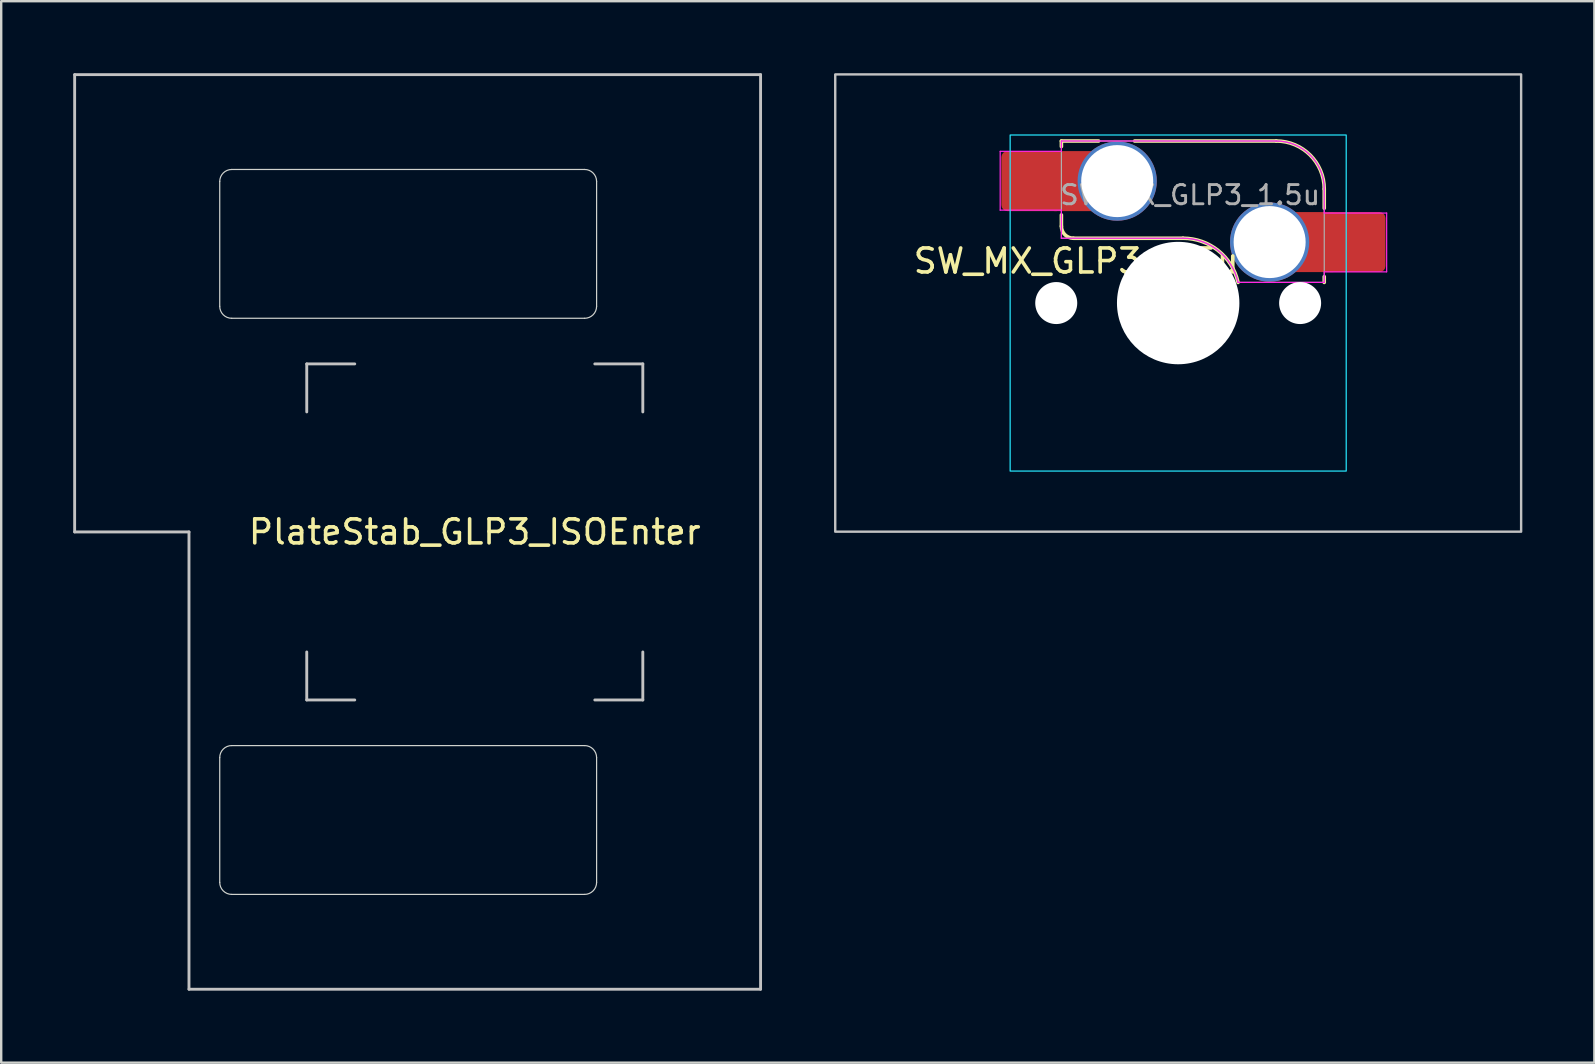
<source format=kicad_pcb>
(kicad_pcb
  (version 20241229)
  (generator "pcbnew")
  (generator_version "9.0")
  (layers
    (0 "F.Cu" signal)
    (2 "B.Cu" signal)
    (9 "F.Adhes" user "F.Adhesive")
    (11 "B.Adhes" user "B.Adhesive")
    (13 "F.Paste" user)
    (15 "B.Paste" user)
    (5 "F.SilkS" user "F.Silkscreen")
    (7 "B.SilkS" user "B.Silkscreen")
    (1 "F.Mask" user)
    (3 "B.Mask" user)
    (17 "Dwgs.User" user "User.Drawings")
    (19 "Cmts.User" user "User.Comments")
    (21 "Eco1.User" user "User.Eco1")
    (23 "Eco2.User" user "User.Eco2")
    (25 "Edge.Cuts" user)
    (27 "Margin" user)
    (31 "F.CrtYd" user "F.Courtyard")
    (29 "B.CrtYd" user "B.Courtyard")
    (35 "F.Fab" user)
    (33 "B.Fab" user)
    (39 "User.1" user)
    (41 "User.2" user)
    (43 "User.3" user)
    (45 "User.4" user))
  (footprint "SW_MX_GLP3_1.5u"
    (layer "F.Cu")
    (at 46.032 9.575)
    (property "Reference" "SW_MX_GLP3_1.5u" (at -4.25 -1.75 0) (layer "F.SilkS") (effects (font (size 1 1) (thickness 0.15))))
    (attr smd)
    (fp_line (start -4.865 -6.75) (end -4.865 -6.52) (stroke (width 0.15) (type solid)) (layer "F.SilkS"))
    (fp_line (start -4.865 -3.67) (end -4.865 -3.2) (stroke (width 0.15) (type solid)) (layer "F.SilkS"))
    (fp_line (start -4.365 -2.7) (end 0.2 -2.7) (stroke (width 0.15) (type solid)) (layer "F.SilkS"))
    (fp_line (start -3.315 -6.75) (end -4.865 -6.75) (stroke (width 0.15) (type solid)) (layer "F.SilkS"))
    (fp_line (start 4.085 -6.75) (end -1.815 -6.75) (stroke (width 0.15) (type solid)) (layer "F.SilkS"))
    (fp_line (start 6.085 -3.95) (end 6.085 -4.75) (stroke (width 0.15) (type solid)) (layer "F.SilkS"))
    (fp_line (start 6.085 -1.1) (end 6.085 -0.86) (stroke (width 0.15) (type solid)) (layer "F.SilkS"))
    (fp_arc (start -4.364824 -2.70022) (mid -4.718377 -2.846667) (end -4.864824 -3.20022) (stroke (width 0.15) (type solid)) (layer "F.SilkS"))
    (fp_arc (start 0.2 -2.70022) (mid 1.670693 -2.183637) (end 2.494322 -0.86022) (stroke (width 0.15) (type solid)) (layer "F.SilkS"))
    (fp_arc (start 4.085176 -6.75022) (mid 5.49939 -6.164434) (end 6.085176 -4.75022) (stroke (width 0.15) (type solid)) (layer "F.SilkS"))
    (fp_rect (start -14.287 -9.525) (end 14.287 9.525) (stroke (width 0.1) (type default)) (fill no) (layer "Dwgs.User"))
    (fp_line (start -7 -6.5) (end -7 6.5) (stroke (width 0.05) (type solid)) (layer "Eco2.User"))
    (fp_line (start -6.5 7) (end 6.5 7) (stroke (width 0.05) (type solid)) (layer "Eco2.User"))
    (fp_line (start 6.5 -7) (end -6.5 -7) (stroke (width 0.05) (type solid)) (layer "Eco2.User"))
    (fp_line (start 7 6.5) (end 7 -6.5) (stroke (width 0.05) (type solid)) (layer "Eco2.User"))
    (fp_arc (start -7 -6.5) (mid -6.853553 -6.853553) (end -6.5 -7) (stroke (width 0.05) (type solid)) (layer "Eco2.User"))
    (fp_arc (start -6.497236 6.998884) (mid -6.850789 6.852437) (end -6.997236 6.498884) (stroke (width 0.05) (type solid)) (layer "Eco2.User"))
    (fp_arc (start 6.5 -7) (mid 6.853553 -6.853553) (end 7 -6.5) (stroke (width 0.05) (type solid)) (layer "Eco2.User"))
    (fp_arc (start 7 6.5) (mid 6.853553 6.853553) (end 6.5 7) (stroke (width 0.05) (type solid)) (layer "Eco2.User"))
    (fp_rect (start -7 -7) (end 7 7) (stroke (width 0.05) (type default)) (fill no) (layer "B.CrtYd"))
    (fp_line (start -7.415 -6.32) (end -4.865 -6.32) (stroke (width 0.05) (type solid)) (layer "F.CrtYd"))
    (fp_line (start -7.415 -3.87) (end -7.415 -6.32) (stroke (width 0.05) (type solid)) (layer "F.CrtYd"))
    (fp_line (start -4.865 -6.75) (end -4.865 -6.32) (stroke (width 0.05) (type solid)) (layer "F.CrtYd"))
    (fp_line (start -4.865 -3.87) (end -7.415 -3.87) (stroke (width 0.05) (type solid)) (layer "F.CrtYd"))
    (fp_line (start -4.865 -3.87) (end -4.865 -2.7) (stroke (width 0.05) (type solid)) (layer "F.CrtYd"))
    (fp_line (start -4.865 -2.7) (end 0.2 -2.7) (stroke (width 0.05) (type solid)) (layer "F.CrtYd"))
    (fp_line (start 4.085 -6.75) (end -4.865 -6.75) (stroke (width 0.05) (type solid)) (layer "F.CrtYd"))
    (fp_line (start 6.085 -3.75) (end 6.085 -4.75) (stroke (width 0.05) (type solid)) (layer "F.CrtYd"))
    (fp_line (start 6.085 -3.75) (end 8.685 -3.75) (stroke (width 0.05) (type solid)) (layer "F.CrtYd"))
    (fp_line (start 6.085 -1.3) (end 6.085 -0.86) (stroke (width 0.05) (type solid)) (layer "F.CrtYd"))
    (fp_line (start 6.085 -0.86) (end 2.494 -0.86) (stroke (width 0.05) (type solid)) (layer "F.CrtYd"))
    (fp_line (start 8.685 -3.75) (end 8.685 -1.3) (stroke (width 0.05) (type solid)) (layer "F.CrtYd"))
    (fp_line (start 8.685 -1.3) (end 6.085 -1.3) (stroke (width 0.05) (type solid)) (layer "F.CrtYd"))
    (fp_arc (start 0.2 -2.70022) (mid 1.670503 -2.183399) (end 2.494322 -0.86022) (stroke (width 0.05) (type solid)) (layer "F.CrtYd"))
    (fp_arc (start 4.085176 -6.75022) (mid 5.49939 -6.164434) (end 6.085176 -4.75022) (stroke (width 0.05) (type solid)) (layer "F.CrtYd"))
    (fp_line (start -4.865 -6.75) (end -4.865 -2.7) (stroke (width 0.05) (type solid)) (layer "F.Fab"))
    (fp_line (start -4.865 -2.7) (end 0.2 -2.7) (stroke (width 0.05) (type solid)) (layer "F.Fab"))
    (fp_line (start 4.085 -6.75) (end -4.865 -6.75) (stroke (width 0.05) (type solid)) (layer "F.Fab"))
    (fp_line (start 6.085 -0.86) (end 2.494 -0.86) (stroke (width 0.05) (type solid)) (layer "F.Fab"))
    (fp_line (start 6.085 -0.86) (end 6.085 -4.75) (stroke (width 0.05) (type solid)) (layer "F.Fab"))
    (fp_arc (start 0.2 -2.70022) (mid 1.670503 -2.183399) (end 2.494322 -0.86022) (stroke (width 0.05) (type solid)) (layer "F.Fab"))
    (fp_arc (start 4.085176 -6.75022) (mid 5.49939 -6.164434) (end 6.085176 -4.75022) (stroke (width 0.05) (type solid)) (layer "F.Fab"))
    (fp_text user "${REFERENCE}" (at 0.5 -4.5 0) (layer "F.Fab") (effects (font (size 0.8 0.8) (thickness 0.12))))
    (pad "" np_thru_hole circle (at -5.08 0) (size 1.75 1.75) (drill 1.75) (layers "*.Cu" "*.Mask"))
    (pad "" np_thru_hole circle (at 0 0) (size 5.1 5.1) (drill 5.1) (layers "*.Cu" "*.Mask"))
    (pad "" np_thru_hole circle (at 5.08 0) (size 1.75 1.75) (drill 1.75) (layers "*.Cu" "*.Mask"))
    (pad "1" thru_hole circle (at 3.81 -2.54) (size 3.3 3.3) (drill 3) (layers "*.Cu" "*.Mask"))
    (pad "1" smd rect (at 5.635 -2.54 180) (size 1.65 2.5) (layers "F.Cu"))
    (pad "1" smd roundrect (at 7.36 -2.54) (size 2.55 2.5) (layers "F.Cu" "F.Mask" "F.Paste") (roundrect_rratio 0.1))
    (pad "2" smd roundrect (at -6.09 -5.08) (size 2.55 2.5) (layers "F.Cu" "F.Mask" "F.Paste") (roundrect_rratio 0.1))
    (pad "2" smd rect (at -4.34 -5.08) (size 1.65 2.5) (layers "F.Cu"))
    (pad "2" thru_hole circle (at -2.54 -5.08) (size 3.3 3.3) (drill 3) (layers "*.Cu" "*.Mask")))
  (footprint "PlateStab_GLP3_ISOEnter"
    (layer "F.Cu")
    (at 16.729 19.11)
    (property "Reference" "PlateStab_GLP3_ISOEnter" (at 0 0 180) (layer "F.SilkS") (effects (font (size 1 1) (thickness 0.15))))
    (attr through_hole exclude_from_pos_files exclude_from_bom)
    (fp_line (start -16.669 -19.05) (end -16.669 0) (stroke (width 0.12) (type solid)) (layer "Dwgs.User"))
    (fp_line (start -16.669 0) (end -11.906 0) (stroke (width 0.12) (type solid)) (layer "Dwgs.User"))
    (fp_line (start -11.906 0) (end -11.906 19.05) (stroke (width 0.12) (type solid)) (layer "Dwgs.User"))
    (fp_line (start -11.906 19.05) (end 11.906 19.05) (stroke (width 0.12) (type solid)) (layer "Dwgs.User"))
    (fp_line (start -7 -7) (end -5 -7) (stroke (width 0.12) (type solid)) (layer "Dwgs.User"))
    (fp_line (start -7 -5) (end -7 -7) (stroke (width 0.12) (type solid)) (layer "Dwgs.User"))
    (fp_line (start -7 7) (end -7 5) (stroke (width 0.12) (type solid)) (layer "Dwgs.User"))
    (fp_line (start -5 7) (end -7 7) (stroke (width 0.12) (type solid)) (layer "Dwgs.User"))
    (fp_line (start 7 -7) (end 5 -7) (stroke (width 0.12) (type solid)) (layer "Dwgs.User"))
    (fp_line (start 7 -5) (end 7 -7) (stroke (width 0.12) (type solid)) (layer "Dwgs.User"))
    (fp_line (start 7 5) (end 7 7) (stroke (width 0.12) (type solid)) (layer "Dwgs.User"))
    (fp_line (start 7 7) (end 5 7) (stroke (width 0.12) (type solid)) (layer "Dwgs.User"))
    (fp_line (start 11.906 -19.05) (end -16.669 -19.05) (stroke (width 0.12) (type solid)) (layer "Dwgs.User"))
    (fp_line (start 11.906 19.05) (end 11.906 -19.05) (stroke (width 0.12) (type solid)) (layer "Dwgs.User"))
    (fp_line (start -10.625 -9.4) (end -10.625 -14.6) (stroke (width 0.05) (type default)) (layer "Edge.Cuts"))
    (fp_line (start -10.625 9.4) (end -10.625 14.6) (stroke (width 0.05) (type default)) (layer "Edge.Cuts"))
    (fp_line (start -10.125 -15.1) (end 4.575 -15.1) (stroke (width 0.05) (type default)) (layer "Edge.Cuts"))
    (fp_line (start -10.125 15.1) (end 4.575 15.1) (stroke (width 0.05) (type default)) (layer "Edge.Cuts"))
    (fp_line (start 4.575 -8.9) (end -10.125 -8.9) (stroke (width 0.05) (type default)) (layer "Edge.Cuts"))
    (fp_line (start 4.575 8.9) (end -10.125 8.9) (stroke (width 0.05) (type default)) (layer "Edge.Cuts"))
    (fp_line (start 5.075 -14.6) (end 5.075 -9.4) (stroke (width 0.05) (type default)) (layer "Edge.Cuts"))
    (fp_line (start 5.075 14.6) (end 5.075 9.4) (stroke (width 0.05) (type default)) (layer "Edge.Cuts"))
    (fp_arc (start -10.625 -14.6) (mid -10.478553 -14.953553) (end -10.125 -15.1) (stroke (width 0.05) (type default)) (layer "Edge.Cuts"))
    (fp_arc (start -10.625 9.4) (mid -10.478553 9.046447) (end -10.125 8.9) (stroke (width 0.05) (type default)) (layer "Edge.Cuts"))
    (fp_arc (start -10.125 -8.9) (mid -10.478553 -9.046447) (end -10.625 -9.4) (stroke (width 0.05) (type default)) (layer "Edge.Cuts"))
    (fp_arc (start -10.125 15.1) (mid -10.478553 14.953553) (end -10.625 14.6) (stroke (width 0.05) (type default)) (layer "Edge.Cuts"))
    (fp_arc (start 4.575 -15.1) (mid 4.928553 -14.953553) (end 5.075 -14.6) (stroke (width 0.05) (type default)) (layer "Edge.Cuts"))
    (fp_arc (start 4.575 8.9) (mid 4.928553 9.046447) (end 5.075 9.4) (stroke (width 0.05) (type default)) (layer "Edge.Cuts"))
    (fp_arc (start 5.075 -9.4) (mid 4.928553 -9.046447) (end 4.575 -8.9) (stroke (width 0.05) (type default)) (layer "Edge.Cuts"))
    (fp_arc (start 5.075 14.6) (mid 4.928553 14.953553) (end 4.575 15.1) (stroke (width 0.05) (type default)) (layer "Edge.Cuts"))
    (zone (net_name "") (layers "F.Cu" "B.Cu" "Edge.Cuts") (hatch edge 0.5) (connect_pads) (min_thickness 0.25) (filled_areas_thickness no) (keepout (tracks allowed) (vias allowed) (pads allowed) (copperpour not_allowed) (footprints allowed)) (placement (enabled no)) (fill) (polygon (pts (xy 5.604 34.71) (xy 22.304 34.71) (xy 22.304 27.51) (xy 5.604 27.51))))
    (zone (net_name "") (layers "F.Cu" "B.Cu" "Edge.Cuts") (hatch edge 0.5) (connect_pads) (min_thickness 0.25) (filled_areas_thickness no) (keepout (tracks allowed) (vias allowed) (pads allowed) (copperpour not_allowed) (footprints allowed)) (placement (enabled no)) (fill) (polygon (pts (xy 5.604 10.71) (xy 22.304 10.71) (xy 22.304 3.51) (xy 21.204 3.51) (xy 5.604 3.51)))))
  (gr_rect
    (start -3 -3)
    (end 63.37 41.22)
    (stroke (width 0.1) (type default))
    (fill no)
    (layer "Edge.Cuts")))
</source>
